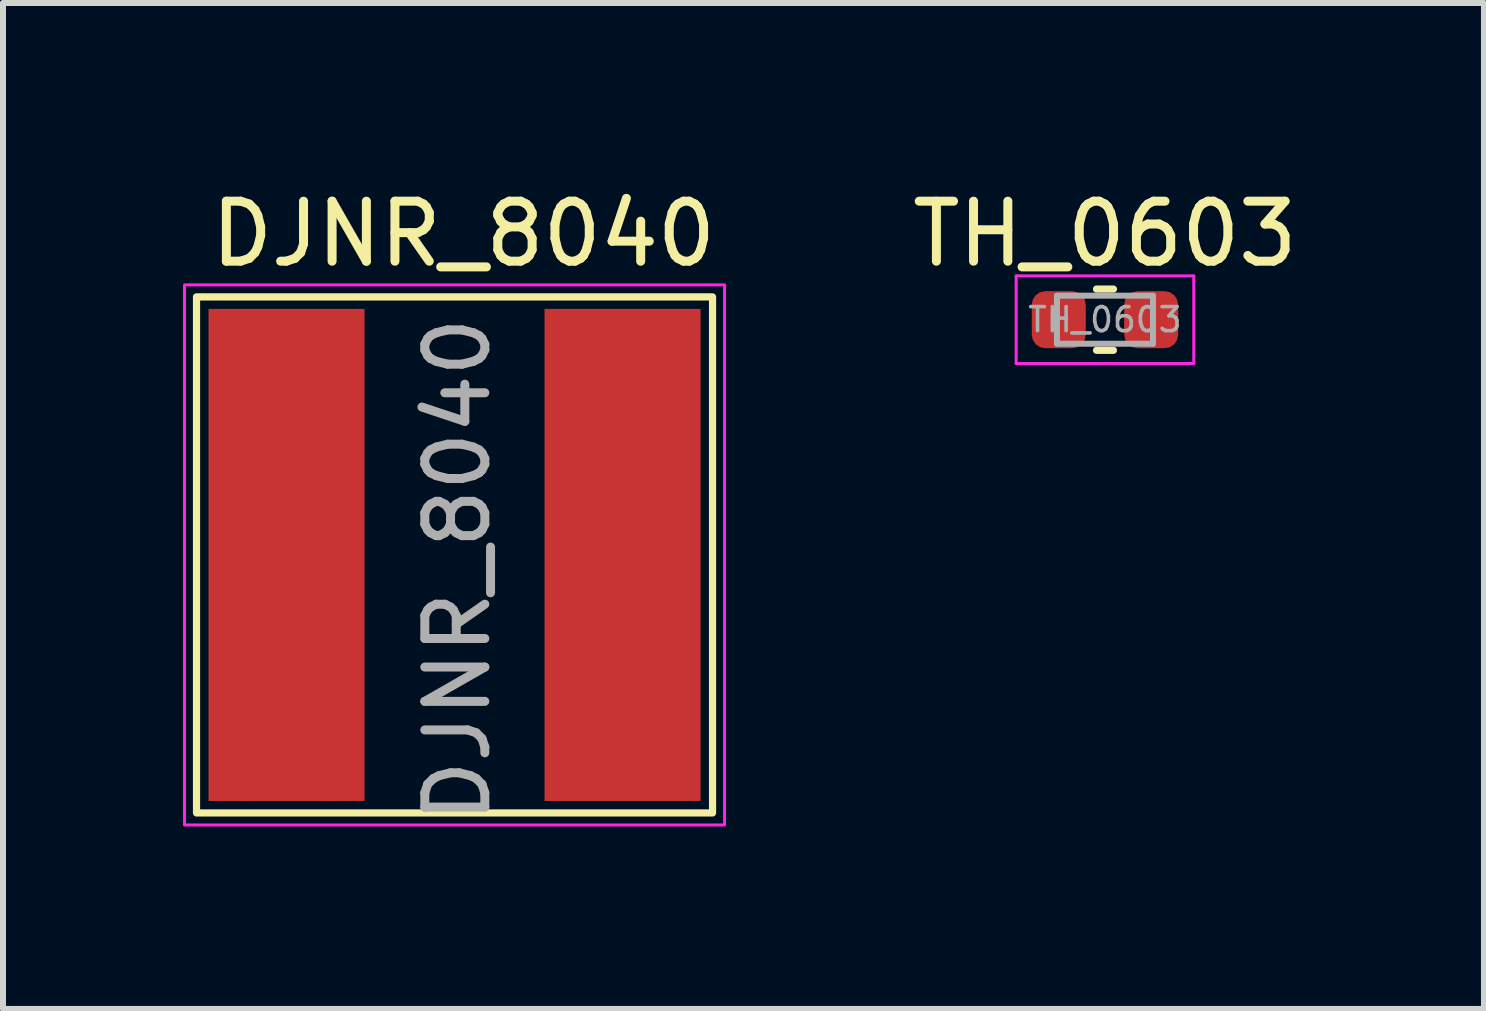
<source format=kicad_pcb>
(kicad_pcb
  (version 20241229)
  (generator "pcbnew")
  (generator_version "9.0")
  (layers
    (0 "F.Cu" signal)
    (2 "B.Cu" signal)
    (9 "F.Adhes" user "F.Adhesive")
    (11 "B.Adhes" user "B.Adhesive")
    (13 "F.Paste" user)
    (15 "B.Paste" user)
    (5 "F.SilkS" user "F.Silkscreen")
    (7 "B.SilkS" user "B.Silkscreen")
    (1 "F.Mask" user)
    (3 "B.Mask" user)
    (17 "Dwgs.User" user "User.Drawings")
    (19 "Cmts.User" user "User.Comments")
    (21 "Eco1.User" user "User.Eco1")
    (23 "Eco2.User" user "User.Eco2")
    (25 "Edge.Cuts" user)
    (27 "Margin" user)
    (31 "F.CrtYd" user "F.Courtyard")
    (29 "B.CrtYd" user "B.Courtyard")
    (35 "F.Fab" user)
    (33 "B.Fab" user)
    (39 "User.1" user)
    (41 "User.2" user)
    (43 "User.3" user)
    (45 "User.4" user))
  (footprint "TH_0603"
    (layer "F.Cu")
    (at 15.365 2.278)
    (property "Reference" "TH_0603" (at 0 -1.43 0) (layer "F.SilkS") (effects (font (size 1 1) (thickness 0.15))))
    (attr smd)
    (fp_line (start -0.141 -0.51) (end 0.141 -0.51) (stroke (width 0.12) (type solid)) (layer "F.SilkS"))
    (fp_line (start -0.141 0.51) (end 0.141 0.51) (stroke (width 0.12) (type solid)) (layer "F.SilkS"))
    (fp_line (start -1.48 -0.73) (end 1.48 -0.73) (stroke (width 0.05) (type solid)) (layer "F.CrtYd"))
    (fp_line (start -1.48 0.73) (end -1.48 -0.73) (stroke (width 0.05) (type solid)) (layer "F.CrtYd"))
    (fp_line (start 1.48 -0.73) (end 1.48 0.73) (stroke (width 0.05) (type solid)) (layer "F.CrtYd"))
    (fp_line (start 1.48 0.73) (end -1.48 0.73) (stroke (width 0.05) (type solid)) (layer "F.CrtYd"))
    (fp_line (start -0.8 -0.4) (end 0.8 -0.4) (stroke (width 0.1) (type solid)) (layer "F.Fab"))
    (fp_line (start -0.8 0.4) (end -0.8 -0.4) (stroke (width 0.1) (type solid)) (layer "F.Fab"))
    (fp_line (start 0.8 -0.4) (end 0.8 0.4) (stroke (width 0.1) (type solid)) (layer "F.Fab"))
    (fp_line (start 0.8 0.4) (end -0.8 0.4) (stroke (width 0.1) (type solid)) (layer "F.Fab"))
    (fp_text user "${REFERENCE}" (at 0 0 0) (layer "F.Fab") (effects (font (size 0.4 0.4) (thickness 0.06))))
    (pad "1" smd circle (at -0.775 0) (size 0.8 0.8) (layers "F.Cu" "Eco2.User"))
    (pad "1" smd roundrect (at -0.77 0) (size 0.9 0.95) (layers "F.Cu" "F.Mask" "F.Paste") (roundrect_rratio 0.25))
    (pad "2" smd roundrect (at 0.77 0) (size 0.9 0.95) (layers "F.Cu" "F.Mask" "F.Paste") (roundrect_rratio 0.25))
    (pad "2" smd circle (at 0.775 0) (size 0.8 0.8) (layers "F.Cu" "Eco2.User")))
  (footprint "DJNR_8040"
    (layer "F.Cu")
    (at 4.525 6.198)
    (property "Reference" "DJNR_8040" (at 0.15 -5.35 0) (layer "F.SilkS") (effects (font (size 1 1) (thickness 0.15))))
    (attr smd)
    (fp_rect (start -4.3 -4.3) (end 4.3 4.3) (stroke (width 0.12) (type solid)) (fill no) (layer "F.SilkS"))
    (fp_rect (start -4.5 -4.5) (end 4.5 4.5) (stroke (width 0.05) (type solid)) (fill no) (layer "F.CrtYd"))
    (fp_text user "${REFERENCE}" (at 0.05 0.25 90) (layer "F.Fab") (effects (font (size 1 1) (thickness 0.15))))
    (pad "1" smd circle (at -3.5 -3.5 180) (size 1 1) (layers "F.Cu" "Eco2.User"))
    (pad "1" smd circle (at -3.5 -2.317 180) (size 1 1) (layers "F.Cu" "Eco2.User"))
    (pad "1" smd circle (at -3.5 -1.133 180) (size 1 1) (layers "F.Cu" "Eco2.User"))
    (pad "1" smd circle (at -3.5 0.05) (size 1 1) (layers "F.Cu" "Eco2.User"))
    (pad "1" smd circle (at -3.5 1.233) (size 1 1) (layers "F.Cu" "Eco2.User"))
    (pad "1" smd circle (at -3.5 2.417) (size 1 1) (layers "F.Cu" "Eco2.User"))
    (pad "1" smd circle (at -3.5 3.6) (size 1 1) (layers "F.Cu" "Eco2.User"))
    (pad "1" smd rect (at -2.8 0) (size 2.6 8.2) (layers "F.Cu" "F.Mask" "F.Paste"))
    (pad "1" smd circle (at -2.1 -3.5 180) (size 1 1) (layers "F.Cu" "Eco2.User"))
    (pad "1" smd circle (at -2.1 -2.317 180) (size 1 1) (layers "F.Cu" "Eco2.User"))
    (pad "1" smd circle (at -2.1 -1.133 180) (size 1 1) (layers "F.Cu" "Eco2.User"))
    (pad "1" smd circle (at -2.1 0.05) (size 1 1) (layers "F.Cu" "Eco2.User"))
    (pad "1" smd circle (at -2.1 1.233) (size 1 1) (layers "F.Cu" "Eco2.User"))
    (pad "1" smd circle (at -2.1 2.417) (size 1 1) (layers "F.Cu" "Eco2.User"))
    (pad "1" smd circle (at -2.1 3.6) (size 1 1) (layers "F.Cu" "Eco2.User"))
    (pad "1" smd circle (at 2.8 -2.8) (size 2.5 2.5) (layers "F.Cu" "Eco2.User"))
    (pad "1" smd circle (at 2.8 0) (size 2.5 2.5) (layers "F.Cu" "Eco2.User"))
    (pad "1" smd circle (at 2.8 2.8) (size 2.5 2.5) (layers "F.Cu" "Eco2.User"))
    (pad "2" smd rect (at 2.8 0) (size 2.6 8.2) (layers "F.Cu" "F.Mask" "F.Paste")))
  (gr_rect
    (start -3 -3)
    (end 21.681 13.764)
    (stroke (width 0.1) (type default))
    (fill no)
    (layer "Edge.Cuts")))
</source>
